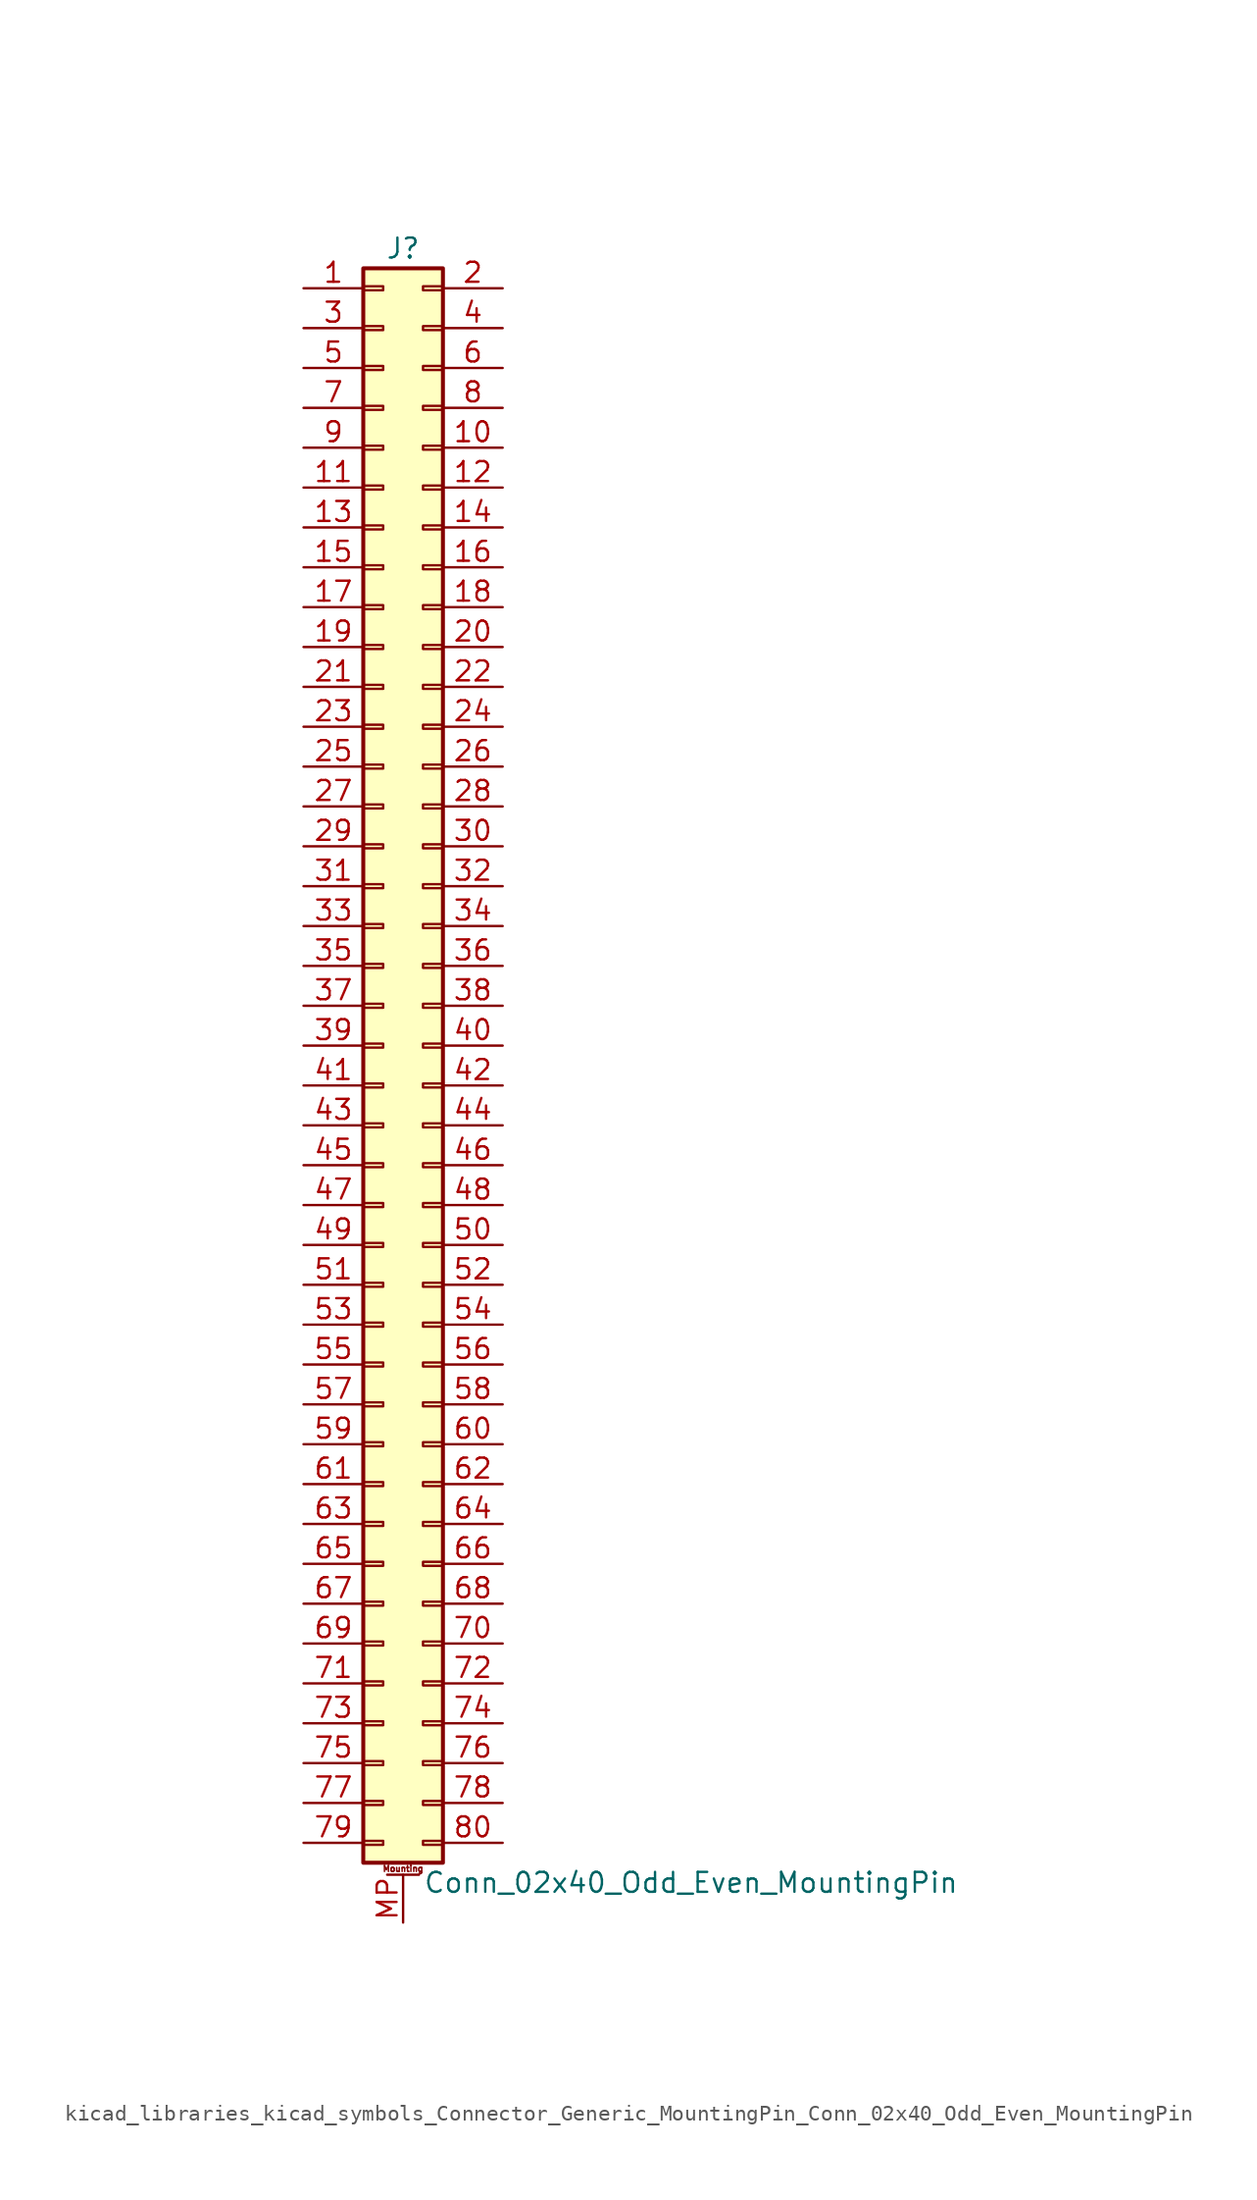
<source format=kicad_sym>
(kicad_symbol_lib
  (version 20220914)
  (generator kicad_symbol_editor)
  (symbol "kicad_libraries_kicad_symbols_Connector_Generic_MountingPin_Conn_02x40_Odd_Even_MountingPin"
    (pin_names
      (offset 1.016) hide)
    (property "Reference" "J"
      (at 1.27 50.8 0)
      (effects (font (size 1.27 1.27))))
    (property "Value" "Conn_02x40_Odd_Even_MountingPin"
      (at 2.54 -53.34 0)
      (effects (font (size 1.27 1.27)) (justify left)))
    (symbol "kicad_libraries_kicad_symbols_Connector_Generic_MountingPin_Conn_02x40_Odd_Even_MountingPin_1_1"
      (rectangle (start -1.27 -50.673) (end 0 -50.927) (stroke (width 0.152) (type default)) (fill (type none)))
      (rectangle (start -1.27 -48.133) (end 0 -48.387) (stroke (width 0.152) (type default)) (fill (type none)))
      (rectangle (start -1.27 -45.593) (end 0 -45.847) (stroke (width 0.152) (type default)) (fill (type none)))
      (rectangle (start -1.27 -43.053) (end 0 -43.307) (stroke (width 0.152) (type default)) (fill (type none)))
      (rectangle (start -1.27 -40.513) (end 0 -40.767) (stroke (width 0.152) (type default)) (fill (type none)))
      (rectangle (start -1.27 -37.973) (end 0 -38.227) (stroke (width 0.152) (type default)) (fill (type none)))
      (rectangle (start -1.27 -35.433) (end 0 -35.687) (stroke (width 0.152) (type default)) (fill (type none)))
      (rectangle (start -1.27 -32.893) (end 0 -33.147) (stroke (width 0.152) (type default)) (fill (type none)))
      (rectangle (start -1.27 -30.353) (end 0 -30.607) (stroke (width 0.152) (type default)) (fill (type none)))
      (rectangle (start -1.27 -27.813) (end 0 -28.067) (stroke (width 0.152) (type default)) (fill (type none)))
      (rectangle (start -1.27 -25.273) (end 0 -25.527) (stroke (width 0.152) (type default)) (fill (type none)))
      (rectangle (start -1.27 -22.733) (end 0 -22.987) (stroke (width 0.152) (type default)) (fill (type none)))
      (rectangle (start -1.27 -20.193) (end 0 -20.447) (stroke (width 0.152) (type default)) (fill (type none)))
      (rectangle (start -1.27 -17.653) (end 0 -17.907) (stroke (width 0.152) (type default)) (fill (type none)))
      (rectangle (start -1.27 -15.113) (end 0 -15.367) (stroke (width 0.152) (type default)) (fill (type none)))
      (rectangle (start -1.27 -12.573) (end 0 -12.827) (stroke (width 0.152) (type default)) (fill (type none)))
      (rectangle (start -1.27 -10.033) (end 0 -10.287) (stroke (width 0.152) (type default)) (fill (type none)))
      (rectangle (start -1.27 -7.493) (end 0 -7.747) (stroke (width 0.152) (type default)) (fill (type none)))
      (rectangle (start -1.27 -4.953) (end 0 -5.207) (stroke (width 0.152) (type default)) (fill (type none)))
      (rectangle (start -1.27 -2.413) (end 0 -2.667) (stroke (width 0.152) (type default)) (fill (type none)))
      (rectangle (start -1.27 0.127) (end 0 -0.127) (stroke (width 0.152) (type default)) (fill (type none)))
      (rectangle (start -1.27 2.667) (end 0 2.413) (stroke (width 0.152) (type default)) (fill (type none)))
      (rectangle (start -1.27 5.207) (end 0 4.953) (stroke (width 0.152) (type default)) (fill (type none)))
      (rectangle (start -1.27 7.747) (end 0 7.493) (stroke (width 0.152) (type default)) (fill (type none)))
      (rectangle (start -1.27 10.287) (end 0 10.033) (stroke (width 0.152) (type default)) (fill (type none)))
      (rectangle (start -1.27 12.827) (end 0 12.573) (stroke (width 0.152) (type default)) (fill (type none)))
      (rectangle (start -1.27 15.367) (end 0 15.113) (stroke (width 0.152) (type default)) (fill (type none)))
      (rectangle (start -1.27 17.907) (end 0 17.653) (stroke (width 0.152) (type default)) (fill (type none)))
      (rectangle (start -1.27 20.447) (end 0 20.193) (stroke (width 0.152) (type default)) (fill (type none)))
      (rectangle (start -1.27 22.987) (end 0 22.733) (stroke (width 0.152) (type default)) (fill (type none)))
      (rectangle (start -1.27 25.527) (end 0 25.273) (stroke (width 0.152) (type default)) (fill (type none)))
      (rectangle (start -1.27 28.067) (end 0 27.813) (stroke (width 0.152) (type default)) (fill (type none)))
      (rectangle (start -1.27 30.607) (end 0 30.353) (stroke (width 0.152) (type default)) (fill (type none)))
      (rectangle (start -1.27 33.147) (end 0 32.893) (stroke (width 0.152) (type default)) (fill (type none)))
      (rectangle (start -1.27 35.687) (end 0 35.433) (stroke (width 0.152) (type default)) (fill (type none)))
      (rectangle (start -1.27 38.227) (end 0 37.973) (stroke (width 0.152) (type default)) (fill (type none)))
      (rectangle (start -1.27 40.767) (end 0 40.513) (stroke (width 0.152) (type default)) (fill (type none)))
      (rectangle (start -1.27 43.307) (end 0 43.053) (stroke (width 0.152) (type default)) (fill (type none)))
      (rectangle (start -1.27 45.847) (end 0 45.593) (stroke (width 0.152) (type default)) (fill (type none)))
      (rectangle (start -1.27 48.387) (end 0 48.133) (stroke (width 0.152) (type default)) (fill (type none)))
      (rectangle (start -1.27 49.53) (end 3.81 -52.07) (stroke (width 0.254) (type default)) (fill (type background)))
      (polyline (pts (xy 0.254 -52.832) (xy 2.286 -52.832)) (stroke (width 0.152) (type default)) (fill (type none)))
      (rectangle (start 3.81 -50.673) (end 2.54 -50.927) (stroke (width 0.152) (type default)) (fill (type none)))
      (rectangle (start 3.81 -48.133) (end 2.54 -48.387) (stroke (width 0.152) (type default)) (fill (type none)))
      (rectangle (start 3.81 -45.593) (end 2.54 -45.847) (stroke (width 0.152) (type default)) (fill (type none)))
      (rectangle (start 3.81 -43.053) (end 2.54 -43.307) (stroke (width 0.152) (type default)) (fill (type none)))
      (rectangle (start 3.81 -40.513) (end 2.54 -40.767) (stroke (width 0.152) (type default)) (fill (type none)))
      (rectangle (start 3.81 -37.973) (end 2.54 -38.227) (stroke (width 0.152) (type default)) (fill (type none)))
      (rectangle (start 3.81 -35.433) (end 2.54 -35.687) (stroke (width 0.152) (type default)) (fill (type none)))
      (rectangle (start 3.81 -32.893) (end 2.54 -33.147) (stroke (width 0.152) (type default)) (fill (type none)))
      (rectangle (start 3.81 -30.353) (end 2.54 -30.607) (stroke (width 0.152) (type default)) (fill (type none)))
      (rectangle (start 3.81 -27.813) (end 2.54 -28.067) (stroke (width 0.152) (type default)) (fill (type none)))
      (rectangle (start 3.81 -25.273) (end 2.54 -25.527) (stroke (width 0.152) (type default)) (fill (type none)))
      (rectangle (start 3.81 -22.733) (end 2.54 -22.987) (stroke (width 0.152) (type default)) (fill (type none)))
      (rectangle (start 3.81 -20.193) (end 2.54 -20.447) (stroke (width 0.152) (type default)) (fill (type none)))
      (rectangle (start 3.81 -17.653) (end 2.54 -17.907) (stroke (width 0.152) (type default)) (fill (type none)))
      (rectangle (start 3.81 -15.113) (end 2.54 -15.367) (stroke (width 0.152) (type default)) (fill (type none)))
      (rectangle (start 3.81 -12.573) (end 2.54 -12.827) (stroke (width 0.152) (type default)) (fill (type none)))
      (rectangle (start 3.81 -10.033) (end 2.54 -10.287) (stroke (width 0.152) (type default)) (fill (type none)))
      (rectangle (start 3.81 -7.493) (end 2.54 -7.747) (stroke (width 0.152) (type default)) (fill (type none)))
      (rectangle (start 3.81 -4.953) (end 2.54 -5.207) (stroke (width 0.152) (type default)) (fill (type none)))
      (rectangle (start 3.81 -2.413) (end 2.54 -2.667) (stroke (width 0.152) (type default)) (fill (type none)))
      (rectangle (start 3.81 0.127) (end 2.54 -0.127) (stroke (width 0.152) (type default)) (fill (type none)))
      (rectangle (start 3.81 2.667) (end 2.54 2.413) (stroke (width 0.152) (type default)) (fill (type none)))
      (rectangle (start 3.81 5.207) (end 2.54 4.953) (stroke (width 0.152) (type default)) (fill (type none)))
      (rectangle (start 3.81 7.747) (end 2.54 7.493) (stroke (width 0.152) (type default)) (fill (type none)))
      (rectangle (start 3.81 10.287) (end 2.54 10.033) (stroke (width 0.152) (type default)) (fill (type none)))
      (rectangle (start 3.81 12.827) (end 2.54 12.573) (stroke (width 0.152) (type default)) (fill (type none)))
      (rectangle (start 3.81 15.367) (end 2.54 15.113) (stroke (width 0.152) (type default)) (fill (type none)))
      (rectangle (start 3.81 17.907) (end 2.54 17.653) (stroke (width 0.152) (type default)) (fill (type none)))
      (rectangle (start 3.81 20.447) (end 2.54 20.193) (stroke (width 0.152) (type default)) (fill (type none)))
      (rectangle (start 3.81 22.987) (end 2.54 22.733) (stroke (width 0.152) (type default)) (fill (type none)))
      (rectangle (start 3.81 25.527) (end 2.54 25.273) (stroke (width 0.152) (type default)) (fill (type none)))
      (rectangle (start 3.81 28.067) (end 2.54 27.813) (stroke (width 0.152) (type default)) (fill (type none)))
      (rectangle (start 3.81 30.607) (end 2.54 30.353) (stroke (width 0.152) (type default)) (fill (type none)))
      (rectangle (start 3.81 33.147) (end 2.54 32.893) (stroke (width 0.152) (type default)) (fill (type none)))
      (rectangle (start 3.81 35.687) (end 2.54 35.433) (stroke (width 0.152) (type default)) (fill (type none)))
      (rectangle (start 3.81 38.227) (end 2.54 37.973) (stroke (width 0.152) (type default)) (fill (type none)))
      (rectangle (start 3.81 40.767) (end 2.54 40.513) (stroke (width 0.152) (type default)) (fill (type none)))
      (rectangle (start 3.81 43.307) (end 2.54 43.053) (stroke (width 0.152) (type default)) (fill (type none)))
      (rectangle (start 3.81 45.847) (end 2.54 45.593) (stroke (width 0.152) (type default)) (fill (type none)))
      (rectangle (start 3.81 48.387) (end 2.54 48.133) (stroke (width 0.152) (type default)) (fill (type none)))
      (text "Mounting" (at 1.27 -52.451 0) (effects (font (size 0.381 0.381))))
      (pin passive line (at -5.08 48.26 0) (length 3.81) (name "Pin_1" (effects (font (size 1.27 1.27)))) (number "1" (effects (font (size 1.27 1.27)))))
      (pin passive line (at 7.62 38.1 180) (length 3.81) (name "Pin_10" (effects (font (size 1.27 1.27)))) (number "10" (effects (font (size 1.27 1.27)))))
      (pin passive line (at -5.08 35.56 0) (length 3.81) (name "Pin_11" (effects (font (size 1.27 1.27)))) (number "11" (effects (font (size 1.27 1.27)))))
      (pin passive line (at 7.62 35.56 180) (length 3.81) (name "Pin_12" (effects (font (size 1.27 1.27)))) (number "12" (effects (font (size 1.27 1.27)))))
      (pin passive line (at -5.08 33.02 0) (length 3.81) (name "Pin_13" (effects (font (size 1.27 1.27)))) (number "13" (effects (font (size 1.27 1.27)))))
      (pin passive line (at 7.62 33.02 180) (length 3.81) (name "Pin_14" (effects (font (size 1.27 1.27)))) (number "14" (effects (font (size 1.27 1.27)))))
      (pin passive line (at -5.08 30.48 0) (length 3.81) (name "Pin_15" (effects (font (size 1.27 1.27)))) (number "15" (effects (font (size 1.27 1.27)))))
      (pin passive line (at 7.62 30.48 180) (length 3.81) (name "Pin_16" (effects (font (size 1.27 1.27)))) (number "16" (effects (font (size 1.27 1.27)))))
      (pin passive line (at -5.08 27.94 0) (length 3.81) (name "Pin_17" (effects (font (size 1.27 1.27)))) (number "17" (effects (font (size 1.27 1.27)))))
      (pin passive line (at 7.62 27.94 180) (length 3.81) (name "Pin_18" (effects (font (size 1.27 1.27)))) (number "18" (effects (font (size 1.27 1.27)))))
      (pin passive line (at -5.08 25.4 0) (length 3.81) (name "Pin_19" (effects (font (size 1.27 1.27)))) (number "19" (effects (font (size 1.27 1.27)))))
      (pin passive line (at 7.62 48.26 180) (length 3.81) (name "Pin_2" (effects (font (size 1.27 1.27)))) (number "2" (effects (font (size 1.27 1.27)))))
      (pin passive line (at 7.62 25.4 180) (length 3.81) (name "Pin_20" (effects (font (size 1.27 1.27)))) (number "20" (effects (font (size 1.27 1.27)))))
      (pin passive line (at -5.08 22.86 0) (length 3.81) (name "Pin_21" (effects (font (size 1.27 1.27)))) (number "21" (effects (font (size 1.27 1.27)))))
      (pin passive line (at 7.62 22.86 180) (length 3.81) (name "Pin_22" (effects (font (size 1.27 1.27)))) (number "22" (effects (font (size 1.27 1.27)))))
      (pin passive line (at -5.08 20.32 0) (length 3.81) (name "Pin_23" (effects (font (size 1.27 1.27)))) (number "23" (effects (font (size 1.27 1.27)))))
      (pin passive line (at 7.62 20.32 180) (length 3.81) (name "Pin_24" (effects (font (size 1.27 1.27)))) (number "24" (effects (font (size 1.27 1.27)))))
      (pin passive line (at -5.08 17.78 0) (length 3.81) (name "Pin_25" (effects (font (size 1.27 1.27)))) (number "25" (effects (font (size 1.27 1.27)))))
      (pin passive line (at 7.62 17.78 180) (length 3.81) (name "Pin_26" (effects (font (size 1.27 1.27)))) (number "26" (effects (font (size 1.27 1.27)))))
      (pin passive line (at -5.08 15.24 0) (length 3.81) (name "Pin_27" (effects (font (size 1.27 1.27)))) (number "27" (effects (font (size 1.27 1.27)))))
      (pin passive line (at 7.62 15.24 180) (length 3.81) (name "Pin_28" (effects (font (size 1.27 1.27)))) (number "28" (effects (font (size 1.27 1.27)))))
      (pin passive line (at -5.08 12.7 0) (length 3.81) (name "Pin_29" (effects (font (size 1.27 1.27)))) (number "29" (effects (font (size 1.27 1.27)))))
      (pin passive line (at -5.08 45.72 0) (length 3.81) (name "Pin_3" (effects (font (size 1.27 1.27)))) (number "3" (effects (font (size 1.27 1.27)))))
      (pin passive line (at 7.62 12.7 180) (length 3.81) (name "Pin_30" (effects (font (size 1.27 1.27)))) (number "30" (effects (font (size 1.27 1.27)))))
      (pin passive line (at -5.08 10.16 0) (length 3.81) (name "Pin_31" (effects (font (size 1.27 1.27)))) (number "31" (effects (font (size 1.27 1.27)))))
      (pin passive line (at 7.62 10.16 180) (length 3.81) (name "Pin_32" (effects (font (size 1.27 1.27)))) (number "32" (effects (font (size 1.27 1.27)))))
      (pin passive line (at -5.08 7.62 0) (length 3.81) (name "Pin_33" (effects (font (size 1.27 1.27)))) (number "33" (effects (font (size 1.27 1.27)))))
      (pin passive line (at 7.62 7.62 180) (length 3.81) (name "Pin_34" (effects (font (size 1.27 1.27)))) (number "34" (effects (font (size 1.27 1.27)))))
      (pin passive line (at -5.08 5.08 0) (length 3.81) (name "Pin_35" (effects (font (size 1.27 1.27)))) (number "35" (effects (font (size 1.27 1.27)))))
      (pin passive line (at 7.62 5.08 180) (length 3.81) (name "Pin_36" (effects (font (size 1.27 1.27)))) (number "36" (effects (font (size 1.27 1.27)))))
      (pin passive line (at -5.08 2.54 0) (length 3.81) (name "Pin_37" (effects (font (size 1.27 1.27)))) (number "37" (effects (font (size 1.27 1.27)))))
      (pin passive line (at 7.62 2.54 180) (length 3.81) (name "Pin_38" (effects (font (size 1.27 1.27)))) (number "38" (effects (font (size 1.27 1.27)))))
      (pin passive line (at -5.08 0 0) (length 3.81) (name "Pin_39" (effects (font (size 1.27 1.27)))) (number "39" (effects (font (size 1.27 1.27)))))
      (pin passive line (at 7.62 45.72 180) (length 3.81) (name "Pin_4" (effects (font (size 1.27 1.27)))) (number "4" (effects (font (size 1.27 1.27)))))
      (pin passive line (at 7.62 0 180) (length 3.81) (name "Pin_40" (effects (font (size 1.27 1.27)))) (number "40" (effects (font (size 1.27 1.27)))))
      (pin passive line (at -5.08 -2.54 0) (length 3.81) (name "Pin_41" (effects (font (size 1.27 1.27)))) (number "41" (effects (font (size 1.27 1.27)))))
      (pin passive line (at 7.62 -2.54 180) (length 3.81) (name "Pin_42" (effects (font (size 1.27 1.27)))) (number "42" (effects (font (size 1.27 1.27)))))
      (pin passive line (at -5.08 -5.08 0) (length 3.81) (name "Pin_43" (effects (font (size 1.27 1.27)))) (number "43" (effects (font (size 1.27 1.27)))))
      (pin passive line (at 7.62 -5.08 180) (length 3.81) (name "Pin_44" (effects (font (size 1.27 1.27)))) (number "44" (effects (font (size 1.27 1.27)))))
      (pin passive line (at -5.08 -7.62 0) (length 3.81) (name "Pin_45" (effects (font (size 1.27 1.27)))) (number "45" (effects (font (size 1.27 1.27)))))
      (pin passive line (at 7.62 -7.62 180) (length 3.81) (name "Pin_46" (effects (font (size 1.27 1.27)))) (number "46" (effects (font (size 1.27 1.27)))))
      (pin passive line (at -5.08 -10.16 0) (length 3.81) (name "Pin_47" (effects (font (size 1.27 1.27)))) (number "47" (effects (font (size 1.27 1.27)))))
      (pin passive line (at 7.62 -10.16 180) (length 3.81) (name "Pin_48" (effects (font (size 1.27 1.27)))) (number "48" (effects (font (size 1.27 1.27)))))
      (pin passive line (at -5.08 -12.7 0) (length 3.81) (name "Pin_49" (effects (font (size 1.27 1.27)))) (number "49" (effects (font (size 1.27 1.27)))))
      (pin passive line (at -5.08 43.18 0) (length 3.81) (name "Pin_5" (effects (font (size 1.27 1.27)))) (number "5" (effects (font (size 1.27 1.27)))))
      (pin passive line (at 7.62 -12.7 180) (length 3.81) (name "Pin_50" (effects (font (size 1.27 1.27)))) (number "50" (effects (font (size 1.27 1.27)))))
      (pin passive line (at -5.08 -15.24 0) (length 3.81) (name "Pin_51" (effects (font (size 1.27 1.27)))) (number "51" (effects (font (size 1.27 1.27)))))
      (pin passive line (at 7.62 -15.24 180) (length 3.81) (name "Pin_52" (effects (font (size 1.27 1.27)))) (number "52" (effects (font (size 1.27 1.27)))))
      (pin passive line (at -5.08 -17.78 0) (length 3.81) (name "Pin_53" (effects (font (size 1.27 1.27)))) (number "53" (effects (font (size 1.27 1.27)))))
      (pin passive line (at 7.62 -17.78 180) (length 3.81) (name "Pin_54" (effects (font (size 1.27 1.27)))) (number "54" (effects (font (size 1.27 1.27)))))
      (pin passive line (at -5.08 -20.32 0) (length 3.81) (name "Pin_55" (effects (font (size 1.27 1.27)))) (number "55" (effects (font (size 1.27 1.27)))))
      (pin passive line (at 7.62 -20.32 180) (length 3.81) (name "Pin_56" (effects (font (size 1.27 1.27)))) (number "56" (effects (font (size 1.27 1.27)))))
      (pin passive line (at -5.08 -22.86 0) (length 3.81) (name "Pin_57" (effects (font (size 1.27 1.27)))) (number "57" (effects (font (size 1.27 1.27)))))
      (pin passive line (at 7.62 -22.86 180) (length 3.81) (name "Pin_58" (effects (font (size 1.27 1.27)))) (number "58" (effects (font (size 1.27 1.27)))))
      (pin passive line (at -5.08 -25.4 0) (length 3.81) (name "Pin_59" (effects (font (size 1.27 1.27)))) (number "59" (effects (font (size 1.27 1.27)))))
      (pin passive line (at 7.62 43.18 180) (length 3.81) (name "Pin_6" (effects (font (size 1.27 1.27)))) (number "6" (effects (font (size 1.27 1.27)))))
      (pin passive line (at 7.62 -25.4 180) (length 3.81) (name "Pin_60" (effects (font (size 1.27 1.27)))) (number "60" (effects (font (size 1.27 1.27)))))
      (pin passive line (at -5.08 -27.94 0) (length 3.81) (name "Pin_61" (effects (font (size 1.27 1.27)))) (number "61" (effects (font (size 1.27 1.27)))))
      (pin passive line (at 7.62 -27.94 180) (length 3.81) (name "Pin_62" (effects (font (size 1.27 1.27)))) (number "62" (effects (font (size 1.27 1.27)))))
      (pin passive line (at -5.08 -30.48 0) (length 3.81) (name "Pin_63" (effects (font (size 1.27 1.27)))) (number "63" (effects (font (size 1.27 1.27)))))
      (pin passive line (at 7.62 -30.48 180) (length 3.81) (name "Pin_64" (effects (font (size 1.27 1.27)))) (number "64" (effects (font (size 1.27 1.27)))))
      (pin passive line (at -5.08 -33.02 0) (length 3.81) (name "Pin_65" (effects (font (size 1.27 1.27)))) (number "65" (effects (font (size 1.27 1.27)))))
      (pin passive line (at 7.62 -33.02 180) (length 3.81) (name "Pin_66" (effects (font (size 1.27 1.27)))) (number "66" (effects (font (size 1.27 1.27)))))
      (pin passive line (at -5.08 -35.56 0) (length 3.81) (name "Pin_67" (effects (font (size 1.27 1.27)))) (number "67" (effects (font (size 1.27 1.27)))))
      (pin passive line (at 7.62 -35.56 180) (length 3.81) (name "Pin_68" (effects (font (size 1.27 1.27)))) (number "68" (effects (font (size 1.27 1.27)))))
      (pin passive line (at -5.08 -38.1 0) (length 3.81) (name "Pin_69" (effects (font (size 1.27 1.27)))) (number "69" (effects (font (size 1.27 1.27)))))
      (pin passive line (at -5.08 40.64 0) (length 3.81) (name "Pin_7" (effects (font (size 1.27 1.27)))) (number "7" (effects (font (size 1.27 1.27)))))
      (pin passive line (at 7.62 -38.1 180) (length 3.81) (name "Pin_70" (effects (font (size 1.27 1.27)))) (number "70" (effects (font (size 1.27 1.27)))))
      (pin passive line (at -5.08 -40.64 0) (length 3.81) (name "Pin_71" (effects (font (size 1.27 1.27)))) (number "71" (effects (font (size 1.27 1.27)))))
      (pin passive line (at 7.62 -40.64 180) (length 3.81) (name "Pin_72" (effects (font (size 1.27 1.27)))) (number "72" (effects (font (size 1.27 1.27)))))
      (pin passive line (at -5.08 -43.18 0) (length 3.81) (name "Pin_73" (effects (font (size 1.27 1.27)))) (number "73" (effects (font (size 1.27 1.27)))))
      (pin passive line (at 7.62 -43.18 180) (length 3.81) (name "Pin_74" (effects (font (size 1.27 1.27)))) (number "74" (effects (font (size 1.27 1.27)))))
      (pin passive line (at -5.08 -45.72 0) (length 3.81) (name "Pin_75" (effects (font (size 1.27 1.27)))) (number "75" (effects (font (size 1.27 1.27)))))
      (pin passive line (at 7.62 -45.72 180) (length 3.81) (name "Pin_76" (effects (font (size 1.27 1.27)))) (number "76" (effects (font (size 1.27 1.27)))))
      (pin passive line (at -5.08 -48.26 0) (length 3.81) (name "Pin_77" (effects (font (size 1.27 1.27)))) (number "77" (effects (font (size 1.27 1.27)))))
      (pin passive line (at 7.62 -48.26 180) (length 3.81) (name "Pin_78" (effects (font (size 1.27 1.27)))) (number "78" (effects (font (size 1.27 1.27)))))
      (pin passive line (at -5.08 -50.8 0) (length 3.81) (name "Pin_79" (effects (font (size 1.27 1.27)))) (number "79" (effects (font (size 1.27 1.27)))))
      (pin passive line (at 7.62 40.64 180) (length 3.81) (name "Pin_8" (effects (font (size 1.27 1.27)))) (number "8" (effects (font (size 1.27 1.27)))))
      (pin passive line (at 7.62 -50.8 180) (length 3.81) (name "Pin_80" (effects (font (size 1.27 1.27)))) (number "80" (effects (font (size 1.27 1.27)))))
      (pin passive line (at -5.08 38.1 0) (length 3.81) (name "Pin_9" (effects (font (size 1.27 1.27)))) (number "9" (effects (font (size 1.27 1.27)))))
      (pin passive line (at 1.27 -55.88 90) (length 3.048) (name "MountPin" (effects (font (size 1.27 1.27)))) (number "MP" (effects (font (size 1.27 1.27))))))))
</source>
